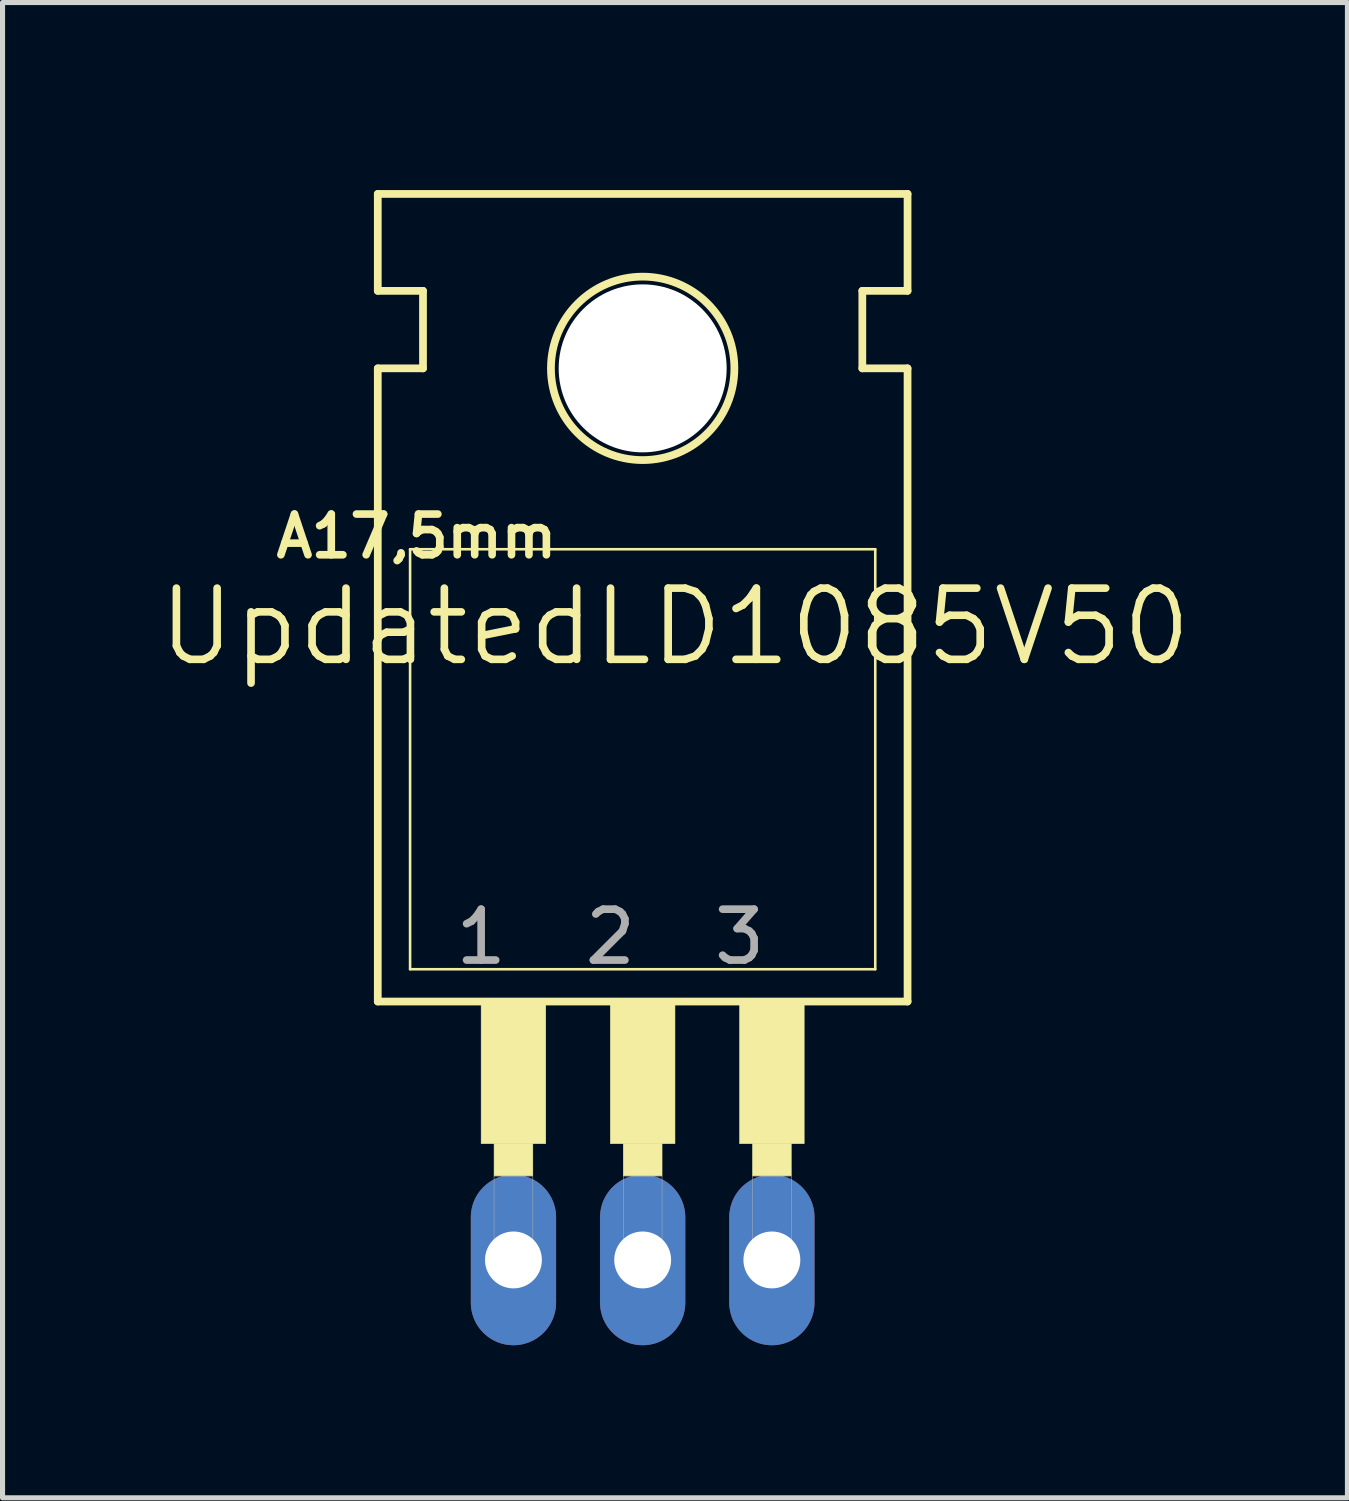
<source format=kicad_pcb>
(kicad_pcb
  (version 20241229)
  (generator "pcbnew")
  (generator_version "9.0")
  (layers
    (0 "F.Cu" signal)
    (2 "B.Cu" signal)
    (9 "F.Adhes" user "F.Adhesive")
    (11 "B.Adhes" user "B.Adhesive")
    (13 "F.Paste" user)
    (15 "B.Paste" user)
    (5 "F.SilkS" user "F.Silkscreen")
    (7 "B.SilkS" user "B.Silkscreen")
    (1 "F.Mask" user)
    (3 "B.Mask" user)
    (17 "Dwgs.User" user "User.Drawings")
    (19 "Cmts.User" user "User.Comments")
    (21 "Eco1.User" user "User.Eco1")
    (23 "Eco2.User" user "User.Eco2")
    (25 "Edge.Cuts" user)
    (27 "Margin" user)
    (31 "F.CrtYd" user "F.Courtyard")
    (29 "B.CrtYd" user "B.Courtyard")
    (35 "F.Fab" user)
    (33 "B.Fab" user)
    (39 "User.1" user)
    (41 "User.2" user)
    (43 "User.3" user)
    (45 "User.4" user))
  (footprint "UpdatedLD1085V50"
    (layer "F.Cu")
    (at 9.583 15.367)
    (property "Reference" "UpdatedLD1085V50" (at 0.635 -6.096 0) (layer "F.SilkS") (effects (font (size 1.4 1.4) (thickness 0.15))))
    (attr through_hole)
    (fp_line (start -5.207 -12.7) (end -5.207 -14.605) (stroke (width 0.152) (type solid)) (layer "F.SilkS"))
    (fp_line (start -5.207 -11.176) (end -4.318 -11.176) (stroke (width 0.152) (type solid)) (layer "F.SilkS"))
    (fp_line (start -5.207 1.27) (end -5.207 -11.176) (stroke (width 0.152) (type solid)) (layer "F.SilkS"))
    (fp_line (start -5.207 1.27) (end 5.207 1.27) (stroke (width 0.152) (type solid)) (layer "F.SilkS"))
    (fp_line (start -4.572 0.635) (end -4.572 -7.62) (stroke (width 0.051) (type solid)) (layer "F.SilkS"))
    (fp_line (start -4.572 0.635) (end 4.572 0.635) (stroke (width 0.051) (type solid)) (layer "F.SilkS"))
    (fp_line (start -4.318 -12.7) (end -5.207 -12.7) (stroke (width 0.152) (type solid)) (layer "F.SilkS"))
    (fp_line (start -4.318 -11.176) (end -4.318 -12.7) (stroke (width 0.152) (type solid)) (layer "F.SilkS"))
    (fp_line (start 4.318 -12.7) (end 5.207 -12.7) (stroke (width 0.152) (type solid)) (layer "F.SilkS"))
    (fp_line (start 4.318 -11.176) (end 4.318 -12.7) (stroke (width 0.152) (type solid)) (layer "F.SilkS"))
    (fp_line (start 4.572 -7.62) (end -4.572 -7.62) (stroke (width 0.051) (type solid)) (layer "F.SilkS"))
    (fp_line (start 4.572 -7.62) (end 4.572 0.635) (stroke (width 0.051) (type solid)) (layer "F.SilkS"))
    (fp_line (start 5.207 -14.605) (end -5.207 -14.605) (stroke (width 0.152) (type solid)) (layer "F.SilkS"))
    (fp_line (start 5.207 -12.7) (end 5.207 -14.605) (stroke (width 0.152) (type solid)) (layer "F.SilkS"))
    (fp_line (start 5.207 -11.176) (end 4.318 -11.176) (stroke (width 0.152) (type solid)) (layer "F.SilkS"))
    (fp_line (start 5.207 1.27) (end 5.207 -11.176) (stroke (width 0.152) (type solid)) (layer "F.SilkS"))
    (fp_circle (center 0 -11.176) (end 1.803 -11.176) (stroke (width 0.152) (type solid)) (fill no) (layer "F.SilkS"))
    (fp_poly (pts (xy -3.175 1.27) (xy -1.905 1.27) (xy -1.905 4.064) (xy -3.175 4.064)) (stroke (width 0.01) (type solid)) (fill yes) (layer "F.SilkS"))
    (fp_poly (pts (xy -2.921 4.064) (xy -2.159 4.064) (xy -2.159 4.699) (xy -2.921 4.699)) (stroke (width 0.01) (type solid)) (fill yes) (layer "F.SilkS"))
    (fp_poly (pts (xy -0.635 1.27) (xy 0.635 1.27) (xy 0.635 4.064) (xy -0.635 4.064)) (stroke (width 0.01) (type solid)) (fill yes) (layer "F.SilkS"))
    (fp_poly (pts (xy -0.381 4.064) (xy 0.381 4.064) (xy 0.381 4.699) (xy -0.381 4.699)) (stroke (width 0.01) (type solid)) (fill yes) (layer "F.SilkS"))
    (fp_poly (pts (xy 1.905 1.27) (xy 3.175 1.27) (xy 3.175 4.064) (xy 1.905 4.064)) (stroke (width 0.01) (type solid)) (fill yes) (layer "F.SilkS"))
    (fp_poly (pts (xy 2.159 4.064) (xy 2.921 4.064) (xy 2.921 4.699) (xy 2.159 4.699)) (stroke (width 0.01) (type solid)) (fill yes) (layer "F.SilkS"))
    (fp_poly (pts (xy -2.921 4.699) (xy -2.159 4.699) (xy -2.159 6.604) (xy -2.921 6.604)) (stroke (width 0.01) (type solid)) (fill no) (layer "F.Fab"))
    (fp_poly (pts (xy -0.381 4.699) (xy 0.381 4.699) (xy 0.381 6.604) (xy -0.381 6.604)) (stroke (width 0.01) (type solid)) (fill no) (layer "F.Fab"))
    (fp_poly (pts (xy 2.159 4.699) (xy 2.921 4.699) (xy 2.921 6.604) (xy 2.159 6.604)) (stroke (width 0.01) (type solid)) (fill no) (layer "F.Fab"))
    (fp_text user "A17,5mm" (at -4.445 -7.874 0) (layer "F.SilkS") (effects (font (size 0.8 0.8) (thickness 0.15))))
    (fp_text user "1" (at -3.175 0 0) (layer "F.Fab") (effects (font (size 1 1) (thickness 0.15))))
    (fp_text user "2" (at -0.635 0 0) (layer "F.Fab") (effects (font (size 1 1) (thickness 0.15))))
    (fp_text user "3" (at 1.905 0 0) (layer "F.Fab") (effects (font (size 1 1) (thickness 0.15))))
    (pad "" np_thru_hole circle (at 0 -11.176) (size 3.302 3.302) (drill 3.302) (layers "*.Cu" "*.Mask"))
    (pad "1" thru_hole oval (at -2.54 6.35) (size 1.676 3.353) (drill 1.118) (layers "*.Cu" "*.Mask"))
    (pad "2" thru_hole oval (at 0 6.35) (size 1.676 3.353) (drill 1.118) (layers "*.Cu" "*.Mask"))
    (pad "3" thru_hole oval (at 2.54 6.35) (size 1.676 3.353) (drill 1.118) (layers "*.Cu" "*.Mask"))
    (zone (net_name "") (layers "F.Cu" "B.Cu") (hatch full 0.508) (connect_pads) (min_thickness 0) (filled_areas_thickness no) (keepout (tracks allowed) (vias not_allowed) (pads allowed) (copperpour allowed) (footprints allowed)) (placement (enabled no)) (fill) (polygon (pts (xy 13.774 4.191) (xy 13.754 4.602) (xy 13.694 5.009) (xy 13.594 5.408) (xy 13.455 5.795) (xy 13.279 6.167) (xy 13.068 6.519) (xy 12.823 6.85) (xy 12.547 7.154) (xy 12.242 7.431) (xy 11.912 7.676) (xy 11.559 7.887) (xy 11.187 8.063) (xy 10.8 8.202) (xy 10.401 8.301) (xy 9.994 8.362) (xy 9.583 8.382) (xy 9.173 8.362) (xy 8.766 8.301) (xy 8.367 8.202) (xy 7.98 8.063) (xy 7.608 7.887) (xy 7.255 7.676) (xy 6.925 7.431) (xy 6.62 7.154) (xy 6.344 6.85) (xy 6.099 6.519) (xy 5.887 6.167) (xy 5.711 5.795) (xy 5.573 5.408) (xy 5.473 5.009) (xy 5.413 4.602) (xy 5.392 4.191) (xy 5.413 3.78) (xy 5.473 3.373) (xy 5.573 2.974) (xy 5.711 2.587) (xy 5.887 2.215) (xy 6.099 1.863) (xy 6.344 1.532) (xy 6.62 1.228) (xy 6.925 0.951) (xy 7.255 0.706) (xy 7.608 0.495) (xy 7.98 0.319) (xy 8.367 0.18) (xy 8.766 0.081) (xy 9.173 0.02) (xy 9.583 0) (xy 9.994 0.02) (xy 10.401 0.081) (xy 10.8 0.18) (xy 11.187 0.319) (xy 11.559 0.495) (xy 11.912 0.706) (xy 12.242 0.951) (xy 12.547 1.228) (xy 12.823 1.532) (xy 13.068 1.863) (xy 13.279 2.215) (xy 13.455 2.587) (xy 13.594 2.974) (xy 13.694 3.373) (xy 13.754 3.78))))
    (zone (net_name "") (layer "B.Cu") (hatch full 0.508) (connect_pads) (min_thickness 0) (filled_areas_thickness no) (keepout (tracks not_allowed) (vias not_allowed) (pads not_allowed) (copperpour not_allowed) (footprints allowed)) (placement (enabled no)) (fill) (polygon (pts (xy 13.774 4.191) (xy 13.754 4.602) (xy 13.694 5.009) (xy 13.594 5.408) (xy 13.455 5.795) (xy 13.279 6.167) (xy 13.068 6.519) (xy 12.823 6.85) (xy 12.547 7.154) (xy 12.242 7.431) (xy 11.912 7.676) (xy 11.559 7.887) (xy 11.187 8.063) (xy 10.8 8.202) (xy 10.401 8.301) (xy 9.994 8.362) (xy 9.583 8.382) (xy 9.173 8.362) (xy 8.766 8.301) (xy 8.367 8.202) (xy 7.98 8.063) (xy 7.608 7.887) (xy 7.255 7.676) (xy 6.925 7.431) (xy 6.62 7.154) (xy 6.344 6.85) (xy 6.099 6.519) (xy 5.887 6.167) (xy 5.711 5.795) (xy 5.573 5.408) (xy 5.473 5.009) (xy 5.413 4.602) (xy 5.392 4.191) (xy 5.413 3.78) (xy 5.473 3.373) (xy 5.573 2.974) (xy 5.711 2.587) (xy 5.887 2.215) (xy 6.099 1.863) (xy 6.344 1.532) (xy 6.62 1.228) (xy 6.925 0.951) (xy 7.255 0.706) (xy 7.608 0.495) (xy 7.98 0.319) (xy 8.367 0.18) (xy 8.766 0.081) (xy 9.173 0.02) (xy 9.583 0) (xy 9.994 0.02) (xy 10.401 0.081) (xy 10.8 0.18) (xy 11.187 0.319) (xy 11.559 0.495) (xy 11.912 0.706) (xy 12.242 0.951) (xy 12.547 1.228) (xy 12.823 1.532) (xy 13.068 1.863) (xy 13.279 2.215) (xy 13.455 2.587) (xy 13.594 2.974) (xy 13.694 3.373) (xy 13.754 3.78)))))
  (gr_rect
    (start -3 -3)
    (end 23.437 26.393)
    (stroke (width 0.1) (type default))
    (fill no)
    (layer "Edge.Cuts")))
</source>
